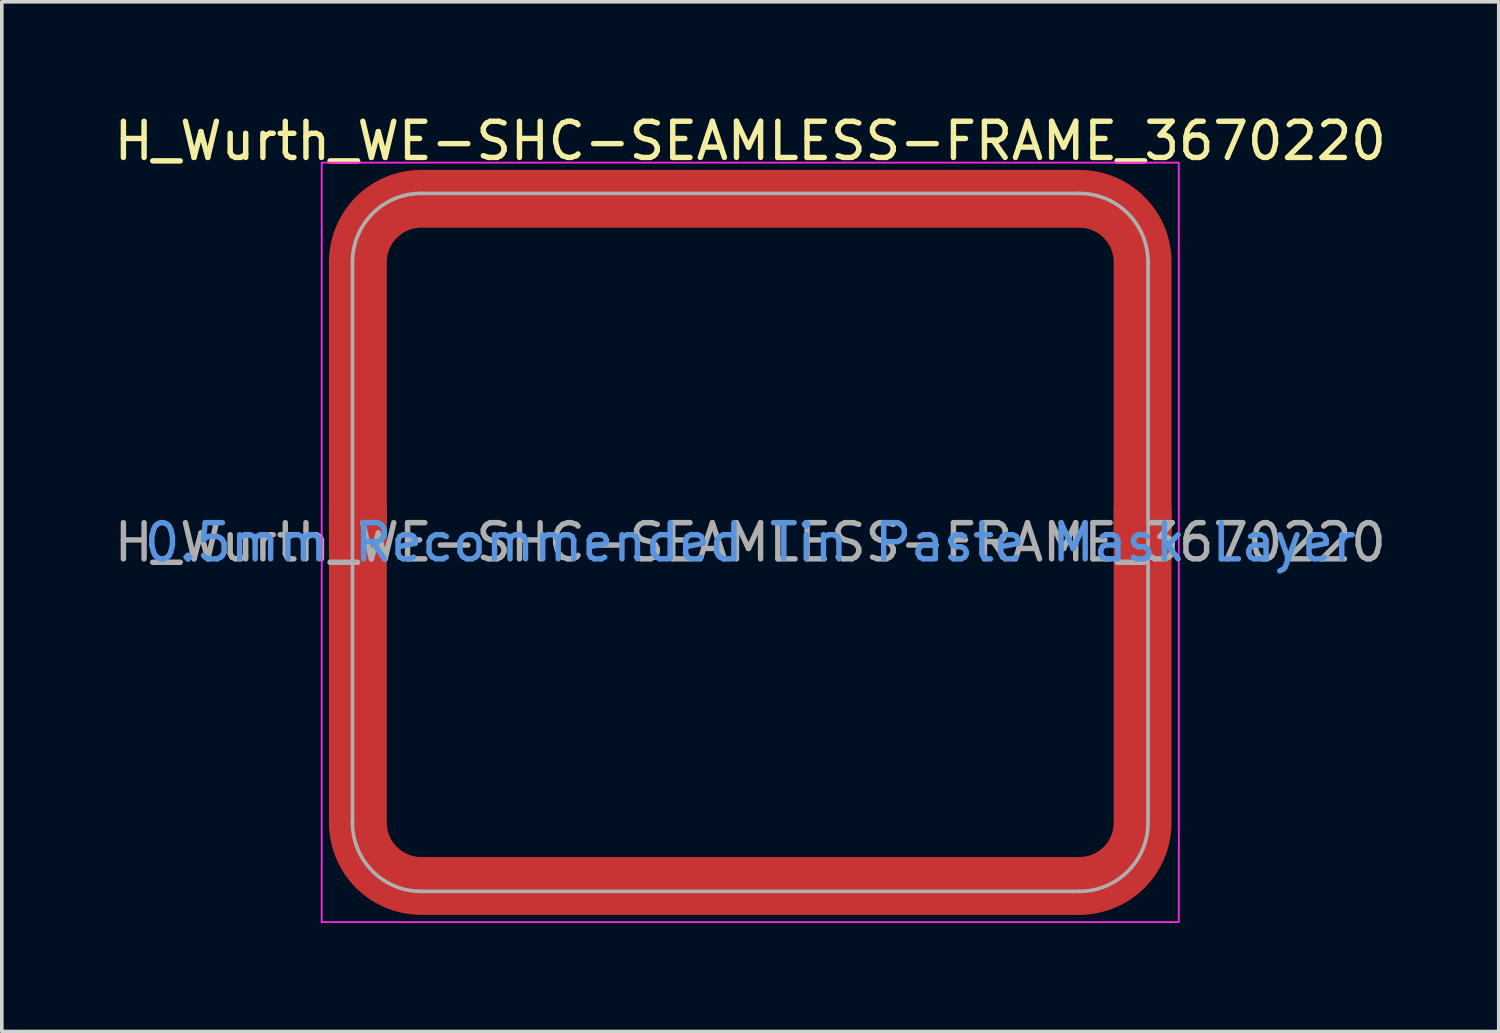
<source format=kicad_pcb>
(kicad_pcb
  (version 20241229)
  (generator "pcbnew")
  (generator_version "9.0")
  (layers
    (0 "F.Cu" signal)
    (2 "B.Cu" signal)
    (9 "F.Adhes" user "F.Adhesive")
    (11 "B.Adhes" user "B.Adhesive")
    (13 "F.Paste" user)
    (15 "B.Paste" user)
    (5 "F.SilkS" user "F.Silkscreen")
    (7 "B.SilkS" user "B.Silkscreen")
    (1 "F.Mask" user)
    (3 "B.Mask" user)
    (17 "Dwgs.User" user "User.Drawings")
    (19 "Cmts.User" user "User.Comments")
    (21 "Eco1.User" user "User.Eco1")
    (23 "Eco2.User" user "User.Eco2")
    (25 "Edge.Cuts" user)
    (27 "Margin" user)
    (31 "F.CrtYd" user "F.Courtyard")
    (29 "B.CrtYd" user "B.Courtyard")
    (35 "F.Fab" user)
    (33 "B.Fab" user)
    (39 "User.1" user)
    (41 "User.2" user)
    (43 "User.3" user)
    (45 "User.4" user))
  (footprint "H_Wurth_WE-SHC-SEAMLESS-FRAME_3670220"
    (layer "F.Cu")
    (at 17.696 11.948)
    (property "Reference" "H_Wurth_WE-SHC-SEAMLESS-FRAME_3670220" (at 0 -11.1 0) (unlocked yes) (layer "F.SilkS") (effects (font (size 1 1) (thickness 0.15))))
    (attr smd)
    (fp_poly (pts (xy -10.1 -0.25) (xy -11.6 -0.25) (xy -11.6 -7.75) (xy -11.597 -7.881) (xy -11.586 -8.011) (xy -11.569 -8.141) (xy -11.545 -8.27) (xy -11.515 -8.397) (xy -11.478 -8.523) (xy -11.434 -8.646) (xy -11.384 -8.767) (xy -11.328 -8.885) (xy -11.265 -9) (xy -11.197 -9.112) (xy -11.123 -9.219) (xy -11.043 -9.323) (xy -10.958 -9.423) (xy -10.868 -9.518) (xy -10.773 -9.608) (xy -10.673 -9.693) (xy -10.569 -9.773) (xy -10.462 -9.847) (xy -10.35 -9.915) (xy -10.235 -9.978) (xy -10.117 -10.034) (xy -9.996 -10.084) (xy -9.873 -10.128) (xy -9.747 -10.165) (xy -9.62 -10.195) (xy -9.491 -10.219) (xy -9.361 -10.236) (xy -9.231 -10.247) (xy -9.1 -10.25) (xy 9.1 -10.25) (xy 9.231 -10.247) (xy 9.361 -10.236) (xy 9.491 -10.219) (xy 9.62 -10.195) (xy 9.747 -10.165) (xy 9.873 -10.128) (xy 9.996 -10.084) (xy 10.117 -10.034) (xy 10.235 -9.978) (xy 10.35 -9.915) (xy 10.462 -9.847) (xy 10.569 -9.773) (xy 10.673 -9.693) (xy 10.773 -9.608) (xy 10.868 -9.518) (xy 10.958 -9.423) (xy 11.043 -9.323) (xy 11.123 -9.219) (xy 11.197 -9.112) (xy 11.265 -9) (xy 11.328 -8.885) (xy 11.384 -8.767) (xy 11.434 -8.646) (xy 11.478 -8.523) (xy 11.515 -8.397) (xy 11.545 -8.27) (xy 11.569 -8.141) (xy 11.586 -8.011) (xy 11.597 -7.881) (xy 11.6 -7.75) (xy 11.6 -0.25) (xy 10.1 -0.25) (xy 10.1 -7.75) (xy 10.099 -7.802) (xy 10.095 -7.855) (xy 10.088 -7.906) (xy 10.078 -7.958) (xy 10.066 -8.009) (xy 10.051 -8.059) (xy 10.034 -8.108) (xy 10.014 -8.157) (xy 9.991 -8.204) (xy 9.966 -8.25) (xy 9.939 -8.295) (xy 9.909 -8.338) (xy 9.877 -8.379) (xy 9.843 -8.419) (xy 9.807 -8.457) (xy 9.769 -8.493) (xy 9.729 -8.527) (xy 9.688 -8.559) (xy 9.645 -8.589) (xy 9.6 -8.616) (xy 9.554 -8.641) (xy 9.507 -8.664) (xy 9.458 -8.684) (xy 9.409 -8.701) (xy 9.359 -8.716) (xy 9.308 -8.728) (xy 9.256 -8.738) (xy 9.205 -8.745) (xy 9.152 -8.749) (xy 9.1 -8.75) (xy -9.1 -8.75) (xy -9.152 -8.749) (xy -9.205 -8.745) (xy -9.256 -8.738) (xy -9.308 -8.728) (xy -9.359 -8.716) (xy -9.409 -8.701) (xy -9.458 -8.684) (xy -9.507 -8.664) (xy -9.554 -8.641) (xy -9.6 -8.616) (xy -9.645 -8.589) (xy -9.688 -8.559) (xy -9.729 -8.527) (xy -9.769 -8.493) (xy -9.807 -8.457) (xy -9.843 -8.419) (xy -9.877 -8.379) (xy -9.909 -8.338) (xy -9.939 -8.295) (xy -9.966 -8.25) (xy -9.991 -8.204) (xy -10.014 -8.157) (xy -10.034 -8.108) (xy -10.051 -8.059) (xy -10.066 -8.009) (xy -10.078 -7.958) (xy -10.088 -7.906) (xy -10.095 -7.855) (xy -10.099 -7.802) (xy -10.1 -7.75) (xy -10.1 -0.25)) (stroke (width 0.1) (type solid)) (fill yes) (layer "F.Cu"))
    (fp_poly (pts (xy -10.1 -0.25) (xy -11.6 -0.25) (xy -11.6 -7.75) (xy -11.597 -7.881) (xy -11.586 -8.011) (xy -11.569 -8.141) (xy -11.545 -8.27) (xy -11.515 -8.397) (xy -11.478 -8.523) (xy -11.434 -8.646) (xy -11.384 -8.767) (xy -11.328 -8.885) (xy -11.265 -9) (xy -11.197 -9.112) (xy -11.123 -9.219) (xy -11.043 -9.323) (xy -10.958 -9.423) (xy -10.868 -9.518) (xy -10.773 -9.608) (xy -10.673 -9.693) (xy -10.569 -9.773) (xy -10.462 -9.847) (xy -10.35 -9.915) (xy -10.235 -9.978) (xy -10.117 -10.034) (xy -9.996 -10.084) (xy -9.873 -10.128) (xy -9.747 -10.165) (xy -9.62 -10.195) (xy -9.491 -10.219) (xy -9.361 -10.236) (xy -9.231 -10.247) (xy -9.1 -10.25) (xy 9.1 -10.25) (xy 9.231 -10.247) (xy 9.361 -10.236) (xy 9.491 -10.219) (xy 9.62 -10.195) (xy 9.747 -10.165) (xy 9.873 -10.128) (xy 9.996 -10.084) (xy 10.117 -10.034) (xy 10.235 -9.978) (xy 10.35 -9.915) (xy 10.462 -9.847) (xy 10.569 -9.773) (xy 10.673 -9.693) (xy 10.773 -9.608) (xy 10.868 -9.518) (xy 10.958 -9.423) (xy 11.043 -9.323) (xy 11.123 -9.219) (xy 11.197 -9.112) (xy 11.265 -9) (xy 11.328 -8.885) (xy 11.384 -8.767) (xy 11.434 -8.646) (xy 11.478 -8.523) (xy 11.515 -8.397) (xy 11.545 -8.27) (xy 11.569 -8.141) (xy 11.586 -8.011) (xy 11.597 -7.881) (xy 11.6 -7.75) (xy 11.6 -0.25) (xy 10.1 -0.25) (xy 10.1 -7.75) (xy 10.099 -7.802) (xy 10.095 -7.855) (xy 10.088 -7.906) (xy 10.078 -7.958) (xy 10.066 -8.009) (xy 10.051 -8.059) (xy 10.034 -8.108) (xy 10.014 -8.157) (xy 9.991 -8.204) (xy 9.966 -8.25) (xy 9.939 -8.295) (xy 9.909 -8.338) (xy 9.877 -8.379) (xy 9.843 -8.419) (xy 9.807 -8.457) (xy 9.769 -8.493) (xy 9.729 -8.527) (xy 9.688 -8.559) (xy 9.645 -8.589) (xy 9.6 -8.616) (xy 9.554 -8.641) (xy 9.507 -8.664) (xy 9.458 -8.684) (xy 9.409 -8.701) (xy 9.359 -8.716) (xy 9.308 -8.728) (xy 9.256 -8.738) (xy 9.205 -8.745) (xy 9.152 -8.749) (xy 9.1 -8.75) (xy -9.1 -8.75) (xy -9.152 -8.749) (xy -9.205 -8.745) (xy -9.256 -8.738) (xy -9.308 -8.728) (xy -9.359 -8.716) (xy -9.409 -8.701) (xy -9.458 -8.684) (xy -9.507 -8.664) (xy -9.554 -8.641) (xy -9.6 -8.616) (xy -9.645 -8.589) (xy -9.688 -8.559) (xy -9.729 -8.527) (xy -9.769 -8.493) (xy -9.807 -8.457) (xy -9.843 -8.419) (xy -9.877 -8.379) (xy -9.909 -8.338) (xy -9.939 -8.295) (xy -9.966 -8.25) (xy -9.991 -8.204) (xy -10.014 -8.157) (xy -10.034 -8.108) (xy -10.051 -8.059) (xy -10.066 -8.009) (xy -10.078 -7.958) (xy -10.088 -7.906) (xy -10.095 -7.855) (xy -10.099 -7.802) (xy -10.1 -7.75) (xy -10.1 -0.25)) (stroke (width 0.1) (type solid)) (fill yes) (layer "F.Mask"))
    (fp_poly (pts (xy -10.1 -0.25) (xy -11.6 -0.25) (xy -11.6 -7.75) (xy -11.597 -7.881) (xy -11.586 -8.011) (xy -11.569 -8.141) (xy -11.545 -8.27) (xy -11.515 -8.397) (xy -11.478 -8.523) (xy -11.434 -8.646) (xy -11.384 -8.767) (xy -11.328 -8.885) (xy -11.265 -9) (xy -11.197 -9.112) (xy -11.123 -9.219) (xy -11.043 -9.323) (xy -10.958 -9.423) (xy -10.868 -9.518) (xy -10.773 -9.608) (xy -10.673 -9.693) (xy -10.569 -9.773) (xy -10.462 -9.847) (xy -10.35 -9.915) (xy -10.235 -9.978) (xy -10.117 -10.034) (xy -9.996 -10.084) (xy -9.873 -10.128) (xy -9.747 -10.165) (xy -9.62 -10.195) (xy -9.491 -10.219) (xy -9.361 -10.236) (xy -9.231 -10.247) (xy -9.1 -10.25) (xy 9.1 -10.25) (xy 9.231 -10.247) (xy 9.361 -10.236) (xy 9.491 -10.219) (xy 9.62 -10.195) (xy 9.747 -10.165) (xy 9.873 -10.128) (xy 9.996 -10.084) (xy 10.117 -10.034) (xy 10.235 -9.978) (xy 10.35 -9.915) (xy 10.462 -9.847) (xy 10.569 -9.773) (xy 10.673 -9.693) (xy 10.773 -9.608) (xy 10.868 -9.518) (xy 10.958 -9.423) (xy 11.043 -9.323) (xy 11.123 -9.219) (xy 11.197 -9.112) (xy 11.265 -9) (xy 11.328 -8.885) (xy 11.384 -8.767) (xy 11.434 -8.646) (xy 11.478 -8.523) (xy 11.515 -8.397) (xy 11.545 -8.27) (xy 11.569 -8.141) (xy 11.586 -8.011) (xy 11.597 -7.881) (xy 11.6 -7.75) (xy 11.6 -0.25) (xy 10.1 -0.25) (xy 10.1 -7.75) (xy 10.099 -7.802) (xy 10.095 -7.855) (xy 10.088 -7.906) (xy 10.078 -7.958) (xy 10.066 -8.009) (xy 10.051 -8.059) (xy 10.034 -8.108) (xy 10.014 -8.157) (xy 9.991 -8.204) (xy 9.966 -8.25) (xy 9.939 -8.295) (xy 9.909 -8.338) (xy 9.877 -8.379) (xy 9.843 -8.419) (xy 9.807 -8.457) (xy 9.769 -8.493) (xy 9.729 -8.527) (xy 9.688 -8.559) (xy 9.645 -8.589) (xy 9.6 -8.616) (xy 9.554 -8.641) (xy 9.507 -8.664) (xy 9.458 -8.684) (xy 9.409 -8.701) (xy 9.359 -8.716) (xy 9.308 -8.728) (xy 9.256 -8.738) (xy 9.205 -8.745) (xy 9.152 -8.749) (xy 9.1 -8.75) (xy -9.1 -8.75) (xy -9.152 -8.749) (xy -9.205 -8.745) (xy -9.256 -8.738) (xy -9.308 -8.728) (xy -9.359 -8.716) (xy -9.409 -8.701) (xy -9.458 -8.684) (xy -9.507 -8.664) (xy -9.554 -8.641) (xy -9.6 -8.616) (xy -9.645 -8.589) (xy -9.688 -8.559) (xy -9.729 -8.527) (xy -9.769 -8.493) (xy -9.807 -8.457) (xy -9.843 -8.419) (xy -9.877 -8.379) (xy -9.909 -8.338) (xy -9.939 -8.295) (xy -9.966 -8.25) (xy -9.991 -8.204) (xy -10.014 -8.157) (xy -10.034 -8.108) (xy -10.051 -8.059) (xy -10.066 -8.009) (xy -10.078 -7.958) (xy -10.088 -7.906) (xy -10.095 -7.855) (xy -10.099 -7.802) (xy -10.1 -7.75) (xy -10.1 -0.25)) (stroke (width 0.1) (type solid)) (fill yes) (layer "F.Paste"))
    (fp_rect (start -11.85 -10.5) (end 11.85 10.5) (stroke (width 0.05) (type solid)) (fill no) (layer "F.CrtYd"))
    (fp_line (start -11 7.75) (end -11 -7.75) (stroke (width 0.1) (type solid)) (layer "F.Fab"))
    (fp_line (start -9.1 -9.65) (end 9.1 -9.65) (stroke (width 0.1) (type solid)) (layer "F.Fab"))
    (fp_line (start -9.1 9.65) (end 9.1 9.65) (stroke (width 0.1) (type solid)) (layer "F.Fab"))
    (fp_line (start 11 7.75) (end 11 -7.75) (stroke (width 0.1) (type solid)) (layer "F.Fab"))
    (fp_arc (start -11 -7.75) (mid -10.443503 -9.093502) (end -9.100001 -9.649999) (stroke (width 0.1) (type solid)) (layer "F.Fab"))
    (fp_arc (start -9.1 9.65) (mid -10.443502 9.093503) (end -10.999999 7.750001) (stroke (width 0.1) (type solid)) (layer "F.Fab"))
    (fp_arc (start 9.1 -9.65) (mid 10.443502 -9.093503) (end 10.999999 -7.750001) (stroke (width 0.1) (type solid)) (layer "F.Fab"))
    (fp_arc (start 11 7.75) (mid 10.443503 9.093502) (end 9.100001 9.649999) (stroke (width 0.1) (type solid)) (layer "F.Fab"))
    (fp_text user "0.5mm Recommended Tin Paste Mask Layer" (at 0 0 0) (unlocked yes) (layer "Cmts.User") (effects (font (size 1 1) (thickness 0.15))))
    (fp_text user "${REFERENCE}" (at 0 0 0) (unlocked yes) (layer "F.Fab") (effects (font (size 1 1) (thickness 0.15))))
    (pad "1" smd custom (at 10.85 0) (size 1.5 15.5) (layers "F.Cu" "F.Mask" "F.Paste") (options (anchor rect)) (primitives (gr_poly (pts (xy -0.75 -1) (xy 0.75 -1) (xy 0.75 7.75) (xy 0.747 7.881) (xy 0.736 8.011) (xy 0.719 8.141) (xy 0.695 8.27) (xy 0.665 8.397) (xy 0.628 8.523) (xy 0.584 8.646) (xy 0.534 8.767) (xy 0.478 8.885) (xy 0.415 9) (xy 0.347 9.112) (xy 0.273 9.219) (xy 0.193 9.323) (xy 0.108 9.423) (xy 0.018 9.518) (xy -0.077 9.608) (xy -0.177 9.693) (xy -0.281 9.773) (xy -0.388 9.847) (xy -0.5 9.915) (xy -0.615 9.978) (xy -0.733 10.034) (xy -0.854 10.084) (xy -0.977 10.128) (xy -1.103 10.165) (xy -1.23 10.195) (xy -1.359 10.219) (xy -1.489 10.236) (xy -1.619 10.247) (xy -1.75 10.25) (xy -19.95 10.25) (xy -20.081 10.247) (xy -20.211 10.236) (xy -20.341 10.219) (xy -20.47 10.195) (xy -20.597 10.165) (xy -20.723 10.128) (xy -20.846 10.084) (xy -20.967 10.034) (xy -21.085 9.978) (xy -21.2 9.915) (xy -21.312 9.847) (xy -21.419 9.773) (xy -21.523 9.693) (xy -21.623 9.608) (xy -21.718 9.518) (xy -21.808 9.423) (xy -21.893 9.323) (xy -21.973 9.219) (xy -22.047 9.112) (xy -22.115 9) (xy -22.178 8.885) (xy -22.234 8.767) (xy -22.284 8.646) (xy -22.328 8.523) (xy -22.365 8.397) (xy -22.395 8.27) (xy -22.419 8.141) (xy -22.436 8.011) (xy -22.447 7.881) (xy -22.45 7.75) (xy -22.45 -1) (xy -20.95 -1) (xy -20.95 7.75) (xy -20.949 7.802) (xy -20.945 7.855) (xy -20.938 7.906) (xy -20.928 7.958) (xy -20.916 8.009) (xy -20.901 8.059) (xy -20.884 8.108) (xy -20.864 8.157) (xy -20.841 8.204) (xy -20.816 8.25) (xy -20.789 8.295) (xy -20.759 8.338) (xy -20.727 8.379) (xy -20.693 8.419) (xy -20.657 8.457) (xy -20.619 8.493) (xy -20.579 8.527) (xy -20.538 8.559) (xy -20.495 8.589) (xy -20.45 8.616) (xy -20.404 8.641) (xy -20.357 8.664) (xy -20.308 8.684) (xy -20.259 8.701) (xy -20.209 8.716) (xy -20.158 8.728) (xy -20.106 8.738) (xy -20.055 8.745) (xy -20.002 8.749) (xy -19.95 8.75) (xy -1.75 8.75) (xy -1.698 8.749) (xy -1.645 8.745) (xy -1.594 8.738) (xy -1.542 8.728) (xy -1.491 8.716) (xy -1.441 8.701) (xy -1.392 8.684) (xy -1.343 8.664) (xy -1.296 8.641) (xy -1.25 8.616) (xy -1.205 8.589) (xy -1.162 8.559) (xy -1.121 8.527) (xy -1.081 8.493) (xy -1.043 8.457) (xy -1.007 8.419) (xy -0.973 8.379) (xy -0.941 8.338) (xy -0.911 8.295) (xy -0.884 8.25) (xy -0.859 8.204) (xy -0.836 8.157) (xy -0.816 8.108) (xy -0.799 8.059) (xy -0.784 8.009) (xy -0.772 7.958) (xy -0.762 7.906) (xy -0.755 7.855) (xy -0.751 7.802) (xy -0.75 7.75) (xy -0.75 -1)) (width 0.1) (fill yes)))))
  (gr_rect
    (start -3 -3)
    (end 38.393 25.473)
    (stroke (width 0.1) (type default))
    (fill no)
    (layer "Edge.Cuts")))
</source>
